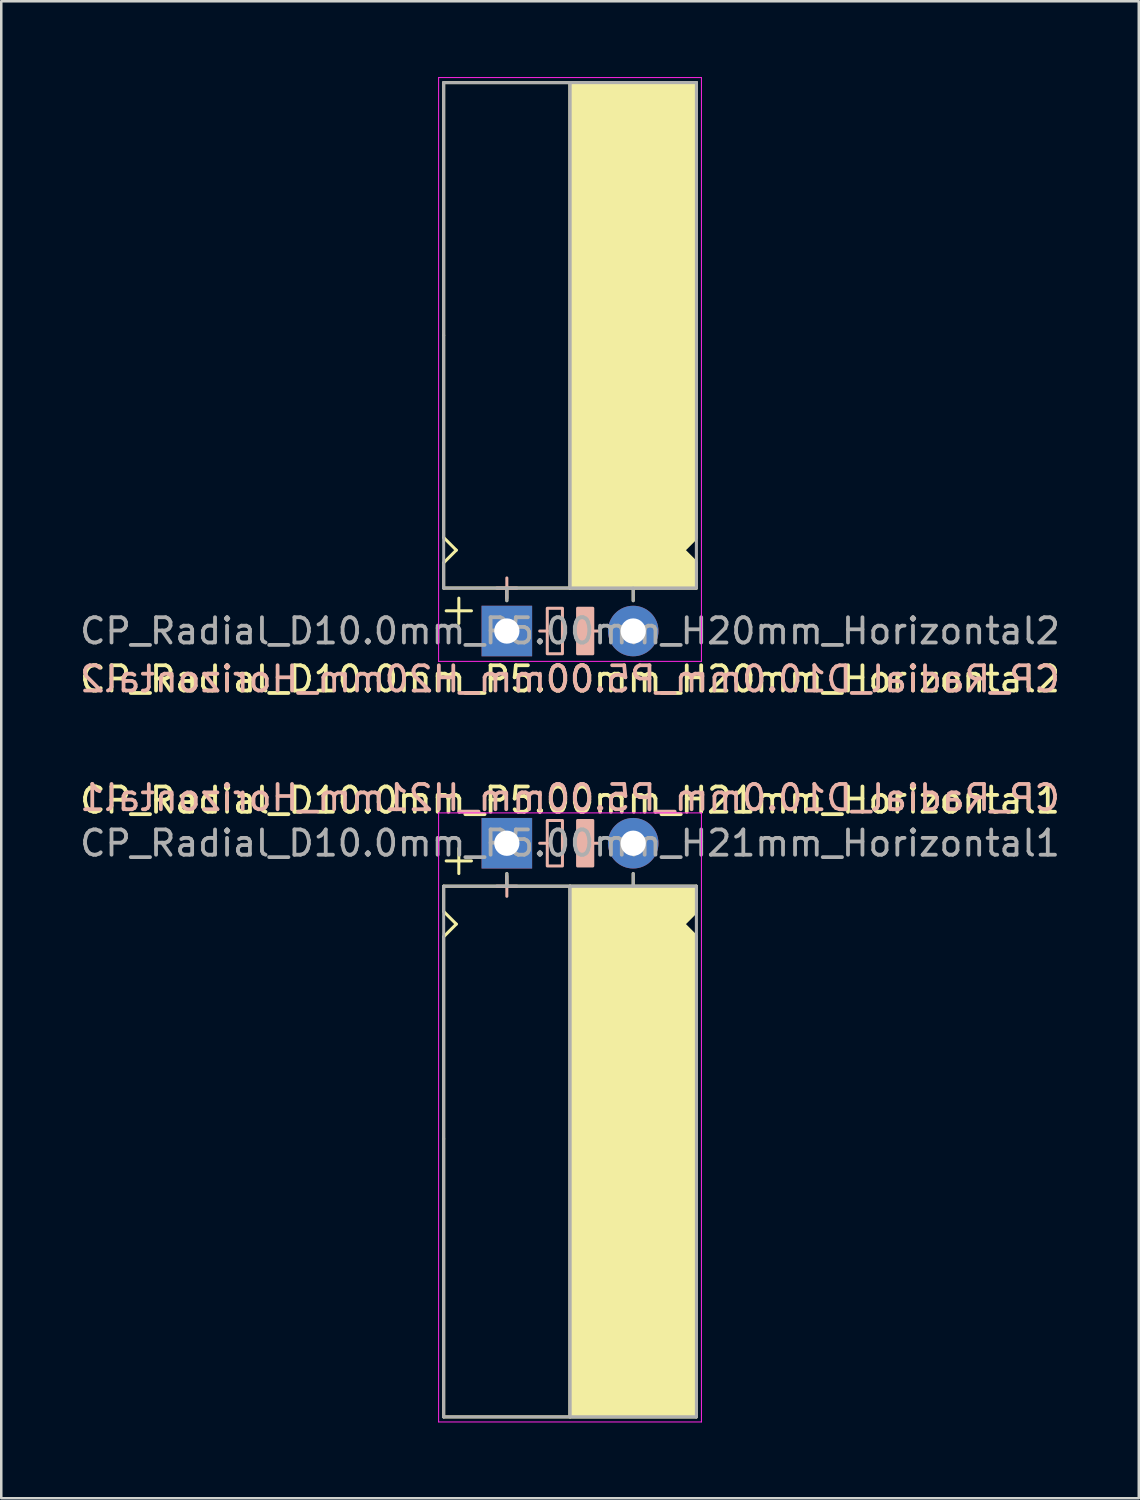
<source format=kicad_pcb>
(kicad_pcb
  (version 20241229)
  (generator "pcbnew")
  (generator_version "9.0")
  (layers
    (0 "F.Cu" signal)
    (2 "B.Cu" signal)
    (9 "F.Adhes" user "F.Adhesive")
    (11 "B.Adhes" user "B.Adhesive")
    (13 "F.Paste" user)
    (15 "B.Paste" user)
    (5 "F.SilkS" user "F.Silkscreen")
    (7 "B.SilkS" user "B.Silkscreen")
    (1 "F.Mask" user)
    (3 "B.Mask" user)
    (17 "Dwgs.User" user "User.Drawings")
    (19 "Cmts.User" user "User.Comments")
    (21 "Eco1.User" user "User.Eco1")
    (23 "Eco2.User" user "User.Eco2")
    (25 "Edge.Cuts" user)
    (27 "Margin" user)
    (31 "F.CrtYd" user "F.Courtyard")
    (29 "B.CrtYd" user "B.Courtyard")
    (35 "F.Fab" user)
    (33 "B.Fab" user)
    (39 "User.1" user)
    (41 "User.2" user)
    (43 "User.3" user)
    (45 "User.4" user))
  (footprint "CP_Radial_D10.0mm_P5.00mm_H20mm_Horizontal2"
    (layer "F.Cu")
    (at 17.006 21.92)
    (property "Reference" "CP_Radial_D10.0mm_P5.00mm_H20mm_Horizontal2" (at 2.5 1.9 0) (layer "F.SilkS") (effects (font (size 1 1) (thickness 0.15))))
    (fp_line (start -2.5 -21.7) (end 7.5 -21.7) (stroke (width 0.12) (type solid)) (layer "F.SilkS"))
    (fp_line (start -2.5 -11.7) (end -2.5 -21.7) (stroke (width 0.12) (type solid)) (layer "F.SilkS"))
    (fp_line (start -2.5 -3.7) (end -2.5 -11.7) (stroke (width 0.12) (type solid)) (layer "F.SilkS"))
    (fp_line (start -2.5 -2.7) (end -2 -3.2) (stroke (width 0.12) (type solid)) (layer "F.SilkS"))
    (fp_line (start -2.5 -1.7) (end -2.5 -2.7) (stroke (width 0.12) (type solid)) (layer "F.SilkS"))
    (fp_line (start -2 -3.2) (end -2.5 -3.7) (stroke (width 0.12) (type solid)) (layer "F.SilkS"))
    (fp_line (start -1.9 -1.3) (end -1.9 -0.3) (stroke (width 0.12) (type solid)) (layer "F.SilkS"))
    (fp_line (start -1.4 -0.8) (end -2.4 -0.8) (stroke (width 0.12) (type solid)) (layer "F.SilkS"))
    (fp_line (start 0 -1.7) (end 0 -1.2) (stroke (width 0.12) (type solid)) (layer "F.SilkS"))
    (fp_line (start 2.5 -21.7) (end 2.5 -1.7) (stroke (width 0.12) (type solid)) (layer "F.SilkS"))
    (fp_line (start 2.5 -1.7) (end -2.5 -1.7) (stroke (width 0.12) (type solid)) (layer "F.SilkS"))
    (fp_line (start 5 -1.7) (end 5 -1.2) (stroke (width 0.12) (type solid)) (layer "F.SilkS"))
    (fp_line (start 7 -3.2) (end 7.5 -3.7) (stroke (width 0.12) (type solid)) (layer "F.SilkS"))
    (fp_line (start 7.5 -11.7) (end 7.5 -21.7) (stroke (width 0.12) (type solid)) (layer "F.SilkS"))
    (fp_line (start 7.5 -3.7) (end 7.5 -11.7) (stroke (width 0.12) (type solid)) (layer "F.SilkS"))
    (fp_line (start 7.5 -2.7) (end 7 -3.2) (stroke (width 0.12) (type solid)) (layer "F.SilkS"))
    (fp_line (start 7.5 -1.7) (end 2.5 -1.7) (stroke (width 0.12) (type solid)) (layer "F.SilkS"))
    (fp_line (start 7.5 -1.7) (end 7.5 -2.7) (stroke (width 0.12) (type solid)) (layer "F.SilkS"))
    (fp_poly (pts (xy 7.5 -2.7) (xy 7 -3.2) (xy 7.5 -3.7) (xy 7.5 -21.7) (xy 2.5 -21.7) (xy 2.5 -1.7) (xy 7.5 -1.7)) (stroke (width 0.1) (type solid)) (fill yes) (layer "F.SilkS"))
    (fp_line (start 0 -2.1) (end 0 -1.3) (stroke (width 0.12) (type solid)) (layer "B.SilkS"))
    (fp_line (start 0.4 -1.7) (end -0.4 -1.7) (stroke (width 0.12) (type solid)) (layer "B.SilkS"))
    (fp_line (start 1.6 0) (end 1.3 0) (stroke (width 0.12) (type solid)) (layer "B.SilkS"))
    (fp_line (start 3.7 0) (end 3.4 0) (stroke (width 0.12) (type solid)) (layer "B.SilkS"))
    (fp_rect (start 2.2 -0.9) (end 1.6 0.9) (stroke (width 0.12) (type solid)) (fill no) (layer "B.SilkS"))
    (fp_rect (start 3.4 -0.9) (end 2.8 0.9) (stroke (width 0.12) (type solid)) (fill yes) (layer "B.SilkS"))
    (fp_line (start -2.7 -21.9) (end -2.7 1.2) (stroke (width 0.04) (type solid)) (layer "F.CrtYd"))
    (fp_line (start -2.7 1.2) (end 5.3 1.2) (stroke (width 0.04) (type solid)) (layer "F.CrtYd"))
    (fp_line (start 5.3 1.2) (end 7.7 1.2) (stroke (width 0.04) (type solid)) (layer "F.CrtYd"))
    (fp_line (start 7.7 -21.9) (end -2.7 -21.9) (stroke (width 0.04) (type solid)) (layer "F.CrtYd"))
    (fp_line (start 7.7 1.2) (end 7.7 -21.9) (stroke (width 0.04) (type solid)) (layer "F.CrtYd"))
    (fp_line (start -2.5 -21.7) (end 7.5 -21.7) (stroke (width 0.12) (type solid)) (layer "F.Fab"))
    (fp_line (start -2.5 -1.7) (end -2.5 -21.7) (stroke (width 0.12) (type solid)) (layer "F.Fab"))
    (fp_line (start 0 -1.7) (end 0 -1.2) (stroke (width 0.12) (type solid)) (layer "F.Fab"))
    (fp_line (start 2.5 -1.7) (end 2.5 -21.7) (stroke (width 0.12) (type solid)) (layer "F.Fab"))
    (fp_line (start 5 -1.7) (end 5 -1.2) (stroke (width 0.12) (type solid)) (layer "F.Fab"))
    (fp_line (start 7.5 -21.7) (end 7.5 -1.7) (stroke (width 0.12) (type solid)) (layer "F.Fab"))
    (fp_line (start 7.5 -1.7) (end -2.5 -1.7) (stroke (width 0.12) (type solid)) (layer "F.Fab"))
    (fp_poly (pts (xy 7.5 -21.7) (xy 2.5 -21.7) (xy 2.5 -1.7) (xy 7.5 -1.7)) (stroke (width 0.1) (type solid)) (fill no) (layer "F.Fab"))
    (fp_text user "${REFERENCE}" (at 2.5 1.9 0) (layer "B.SilkS") (effects (font (size 1 1) (thickness 0.15)) (justify mirror)))
    (fp_text user "${REFERENCE}" (at 2.5 0 0) (layer "F.Fab") (effects (font (size 1 1) (thickness 0.15))))
    (pad "1" thru_hole rect (at 0 0) (size 2 2) (drill 1) (layers "*.Cu" "*.Mask"))
    (pad "2" thru_hole circle (at 5 0) (size 2 2) (drill 1) (layers "*.Cu" "*.Mask")))
  (footprint "CP_Radial_D10.0mm_P5.00mm_H21mm_Horizontal1"
    (layer "F.Cu")
    (at 17.006 30.317)
    (property "Reference" "CP_Radial_D10.0mm_P5.00mm_H21mm_Horizontal1" (at 2.5 -1.7 0) (layer "F.SilkS") (effects (font (size 1 1) (thickness 0.15))))
    (fp_line (start -2.5 1.7) (end -2.5 2.7) (stroke (width 0.12) (type solid)) (layer "F.SilkS"))
    (fp_line (start -2.5 2.7) (end -2 3.2) (stroke (width 0.12) (type solid)) (layer "F.SilkS"))
    (fp_line (start -2.5 3.7) (end -2.5 11.7) (stroke (width 0.12) (type solid)) (layer "F.SilkS"))
    (fp_line (start -2.5 11.7) (end -2.5 22.7) (stroke (width 0.12) (type solid)) (layer "F.SilkS"))
    (fp_line (start -2.5 22.7) (end 7.5 22.7) (stroke (width 0.12) (type solid)) (layer "F.SilkS"))
    (fp_line (start -2 3.2) (end -2.5 3.7) (stroke (width 0.12) (type solid)) (layer "F.SilkS"))
    (fp_line (start -1.9 0.2) (end -1.9 1.2) (stroke (width 0.12) (type solid)) (layer "F.SilkS"))
    (fp_line (start -1.4 0.7) (end -2.4 0.7) (stroke (width 0.12) (type solid)) (layer "F.SilkS"))
    (fp_line (start 0 1.7) (end 0 1.2) (stroke (width 0.12) (type solid)) (layer "F.SilkS"))
    (fp_line (start 2.5 1.7) (end -2.5 1.7) (stroke (width 0.12) (type solid)) (layer "F.SilkS"))
    (fp_line (start 2.5 22.7) (end 2.5 1.7) (stroke (width 0.12) (type solid)) (layer "F.SilkS"))
    (fp_line (start 5 1.7) (end 5 1.2) (stroke (width 0.12) (type solid)) (layer "F.SilkS"))
    (fp_line (start 7 3.2) (end 7.5 3.7) (stroke (width 0.12) (type solid)) (layer "F.SilkS"))
    (fp_line (start 7.5 1.7) (end 2.5 1.7) (stroke (width 0.12) (type solid)) (layer "F.SilkS"))
    (fp_line (start 7.5 1.7) (end 7.5 2.7) (stroke (width 0.12) (type solid)) (layer "F.SilkS"))
    (fp_line (start 7.5 2.7) (end 7 3.2) (stroke (width 0.12) (type solid)) (layer "F.SilkS"))
    (fp_line (start 7.5 3.7) (end 7.5 11.7) (stroke (width 0.12) (type solid)) (layer "F.SilkS"))
    (fp_line (start 7.5 11.7) (end 7.5 22.7) (stroke (width 0.12) (type solid)) (layer "F.SilkS"))
    (fp_poly (pts (xy 7.5 2.7) (xy 7 3.2) (xy 7.5 3.7) (xy 7.5 22.7) (xy 2.5 22.7) (xy 2.5 1.7) (xy 7.5 1.7)) (stroke (width 0.1) (type solid)) (fill yes) (layer "F.SilkS"))
    (fp_line (start 0 1.3) (end 0 2.1) (stroke (width 0.12) (type solid)) (layer "B.SilkS"))
    (fp_line (start 0.4 1.7) (end -0.4 1.7) (stroke (width 0.12) (type solid)) (layer "B.SilkS"))
    (fp_line (start 1.6 0) (end 1.3 0) (stroke (width 0.12) (type solid)) (layer "B.SilkS"))
    (fp_line (start 3.7 0) (end 3.4 0) (stroke (width 0.12) (type solid)) (layer "B.SilkS"))
    (fp_rect (start 2.2 -0.9) (end 1.6 0.9) (stroke (width 0.12) (type solid)) (fill no) (layer "B.SilkS"))
    (fp_rect (start 3.4 -0.9) (end 2.8 0.9) (stroke (width 0.12) (type solid)) (fill yes) (layer "B.SilkS"))
    (fp_line (start -2.7 -1.2) (end 5.3 -1.2) (stroke (width 0.04) (type solid)) (layer "F.CrtYd"))
    (fp_line (start -2.7 22.9) (end -2.7 -1.2) (stroke (width 0.04) (type solid)) (layer "F.CrtYd"))
    (fp_line (start 5.3 -1.2) (end 7.7 -1.2) (stroke (width 0.04) (type solid)) (layer "F.CrtYd"))
    (fp_line (start 7.7 -1.2) (end 7.7 22.9) (stroke (width 0.04) (type solid)) (layer "F.CrtYd"))
    (fp_line (start 7.7 22.9) (end -2.7 22.9) (stroke (width 0.04) (type solid)) (layer "F.CrtYd"))
    (fp_line (start -2.5 1.7) (end -2.5 22.7) (stroke (width 0.12) (type solid)) (layer "F.Fab"))
    (fp_line (start -2.5 22.7) (end 7.5 22.7) (stroke (width 0.12) (type solid)) (layer "F.Fab"))
    (fp_line (start 0 1.7) (end 0 1.2) (stroke (width 0.12) (type solid)) (layer "F.Fab"))
    (fp_line (start 2.5 1.7) (end 2.5 22.7) (stroke (width 0.12) (type solid)) (layer "F.Fab"))
    (fp_line (start 5 1.7) (end 5 1.2) (stroke (width 0.12) (type solid)) (layer "F.Fab"))
    (fp_line (start 7.5 1.7) (end -2.5 1.7) (stroke (width 0.12) (type solid)) (layer "F.Fab"))
    (fp_line (start 7.5 22.7) (end 7.5 1.7) (stroke (width 0.12) (type solid)) (layer "F.Fab"))
    (fp_poly (pts (xy 7.5 22.7) (xy 2.5 22.7) (xy 2.5 1.7) (xy 7.5 1.7)) (stroke (width 0.1) (type solid)) (fill no) (layer "F.Fab"))
    (fp_text user "${REFERENCE}" (at 2.5 -1.8 0) (layer "B.SilkS") (effects (font (size 1 1) (thickness 0.15)) (justify mirror)))
    (fp_text user "${REFERENCE}" (at 2.5 0 0) (layer "F.Fab") (effects (font (size 1 1) (thickness 0.15))))
    (pad "1" thru_hole rect (at 0 0) (size 2 2) (drill 1) (layers "*.Cu" "*.Mask"))
    (pad "2" thru_hole circle (at 5 0) (size 2 2) (drill 1) (layers "*.Cu" "*.Mask")))
  (gr_rect
    (start -3 -3)
    (end 42.012 56.236)
    (stroke (width 0.1) (type default))
    (fill no)
    (layer "Edge.Cuts")))
</source>
